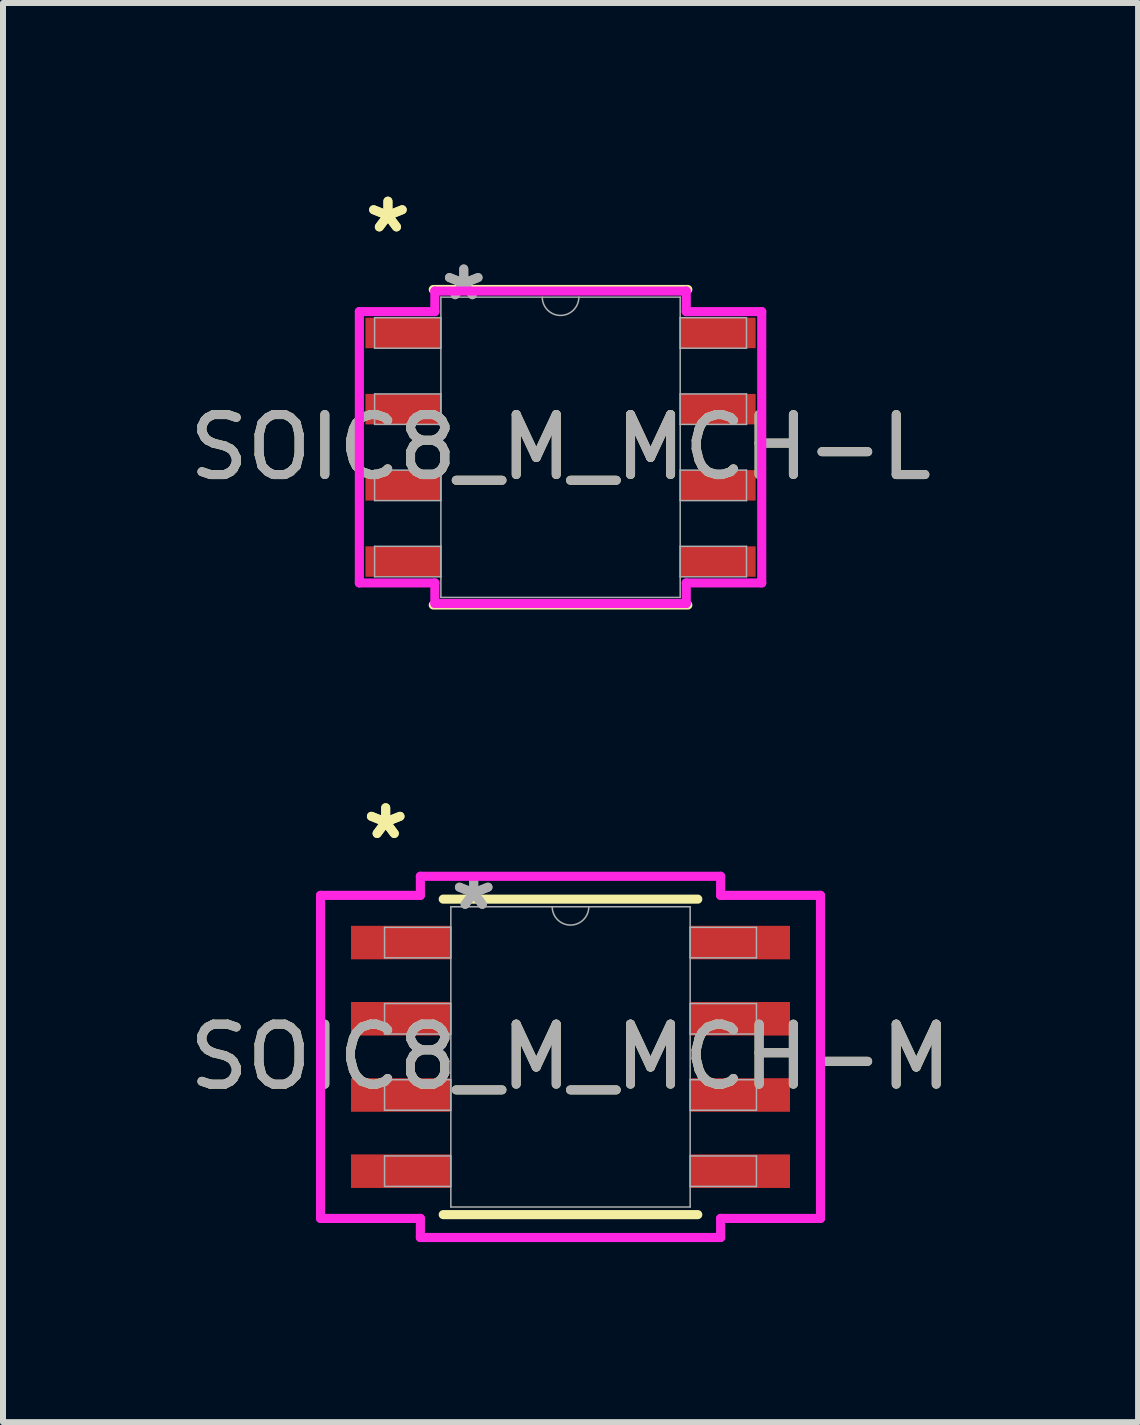
<source format=kicad_pcb>
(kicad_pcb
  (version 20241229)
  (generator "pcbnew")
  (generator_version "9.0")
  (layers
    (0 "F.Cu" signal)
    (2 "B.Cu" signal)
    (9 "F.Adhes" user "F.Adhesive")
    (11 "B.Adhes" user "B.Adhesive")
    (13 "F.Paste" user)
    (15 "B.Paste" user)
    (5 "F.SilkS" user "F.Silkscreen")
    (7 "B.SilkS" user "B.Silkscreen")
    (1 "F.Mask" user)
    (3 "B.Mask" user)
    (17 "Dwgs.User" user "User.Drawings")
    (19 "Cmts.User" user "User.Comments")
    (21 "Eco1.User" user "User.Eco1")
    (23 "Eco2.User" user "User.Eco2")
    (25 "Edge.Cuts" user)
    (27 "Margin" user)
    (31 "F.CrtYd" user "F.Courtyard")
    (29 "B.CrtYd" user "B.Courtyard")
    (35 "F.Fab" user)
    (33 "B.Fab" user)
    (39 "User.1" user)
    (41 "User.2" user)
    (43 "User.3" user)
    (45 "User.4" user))
  (footprint "SOIC8_M_MCH-M"
    (layer "F.Cu")
    (at 6.458 14.564)
    (property "Reference" "SOIC8_M_MCH-M" (at 0 0 0) (unlocked yes) (layer "F.SilkS") (effects (font (size 1 1) (thickness 0.15))))
    (attr smd)
    (fp_line (start -2.121 2.629) (end 2.121 2.629) (stroke (width 0.152) (type solid)) (layer "F.SilkS"))
    (fp_line (start 2.121 -2.629) (end -2.121 -2.629) (stroke (width 0.152) (type solid)) (layer "F.SilkS"))
    (fp_line (start -4.166 -2.692) (end -2.502 -2.692) (stroke (width 0.152) (type solid)) (layer "F.CrtYd"))
    (fp_line (start -4.166 2.692) (end -4.166 -2.692) (stroke (width 0.152) (type solid)) (layer "F.CrtYd"))
    (fp_line (start -4.166 2.692) (end -2.502 2.692) (stroke (width 0.152) (type solid)) (layer "F.CrtYd"))
    (fp_line (start -2.502 -3.01) (end 2.502 -3.01) (stroke (width 0.152) (type solid)) (layer "F.CrtYd"))
    (fp_line (start -2.502 -2.692) (end -2.502 -3.01) (stroke (width 0.152) (type solid)) (layer "F.CrtYd"))
    (fp_line (start -2.502 3.01) (end -2.502 2.692) (stroke (width 0.152) (type solid)) (layer "F.CrtYd"))
    (fp_line (start 2.502 -3.01) (end 2.502 -2.692) (stroke (width 0.152) (type solid)) (layer "F.CrtYd"))
    (fp_line (start 2.502 2.692) (end 2.502 3.01) (stroke (width 0.152) (type solid)) (layer "F.CrtYd"))
    (fp_line (start 2.502 3.01) (end -2.502 3.01) (stroke (width 0.152) (type solid)) (layer "F.CrtYd"))
    (fp_line (start 4.166 -2.692) (end 2.502 -2.692) (stroke (width 0.152) (type solid)) (layer "F.CrtYd"))
    (fp_line (start 4.166 -2.692) (end 4.166 2.692) (stroke (width 0.152) (type solid)) (layer "F.CrtYd"))
    (fp_line (start 4.166 2.692) (end 2.502 2.692) (stroke (width 0.152) (type solid)) (layer "F.CrtYd"))
    (fp_line (start -3.099 -2.159) (end -3.099 -1.651) (stroke (width 0.025) (type solid)) (layer "F.Fab"))
    (fp_line (start -3.099 -1.651) (end -1.994 -1.651) (stroke (width 0.025) (type solid)) (layer "F.Fab"))
    (fp_line (start -3.099 -0.889) (end -3.099 -0.381) (stroke (width 0.025) (type solid)) (layer "F.Fab"))
    (fp_line (start -3.099 -0.381) (end -1.994 -0.381) (stroke (width 0.025) (type solid)) (layer "F.Fab"))
    (fp_line (start -3.099 0.381) (end -3.099 0.889) (stroke (width 0.025) (type solid)) (layer "F.Fab"))
    (fp_line (start -3.099 0.889) (end -1.994 0.889) (stroke (width 0.025) (type solid)) (layer "F.Fab"))
    (fp_line (start -3.099 1.651) (end -3.099 2.159) (stroke (width 0.025) (type solid)) (layer "F.Fab"))
    (fp_line (start -3.099 2.159) (end -1.994 2.159) (stroke (width 0.025) (type solid)) (layer "F.Fab"))
    (fp_line (start -1.994 -2.502) (end -1.994 2.502) (stroke (width 0.025) (type solid)) (layer "F.Fab"))
    (fp_line (start -1.994 -2.159) (end -3.099 -2.159) (stroke (width 0.025) (type solid)) (layer "F.Fab"))
    (fp_line (start -1.994 -1.651) (end -1.994 -2.159) (stroke (width 0.025) (type solid)) (layer "F.Fab"))
    (fp_line (start -1.994 -0.889) (end -3.099 -0.889) (stroke (width 0.025) (type solid)) (layer "F.Fab"))
    (fp_line (start -1.994 -0.381) (end -1.994 -0.889) (stroke (width 0.025) (type solid)) (layer "F.Fab"))
    (fp_line (start -1.994 0.381) (end -3.099 0.381) (stroke (width 0.025) (type solid)) (layer "F.Fab"))
    (fp_line (start -1.994 0.889) (end -1.994 0.381) (stroke (width 0.025) (type solid)) (layer "F.Fab"))
    (fp_line (start -1.994 1.651) (end -3.099 1.651) (stroke (width 0.025) (type solid)) (layer "F.Fab"))
    (fp_line (start -1.994 2.159) (end -1.994 1.651) (stroke (width 0.025) (type solid)) (layer "F.Fab"))
    (fp_line (start -1.994 2.502) (end 1.994 2.502) (stroke (width 0.025) (type solid)) (layer "F.Fab"))
    (fp_line (start 1.994 -2.502) (end -1.994 -2.502) (stroke (width 0.025) (type solid)) (layer "F.Fab"))
    (fp_line (start 1.994 -2.159) (end 1.994 -1.651) (stroke (width 0.025) (type solid)) (layer "F.Fab"))
    (fp_line (start 1.994 -1.651) (end 3.099 -1.651) (stroke (width 0.025) (type solid)) (layer "F.Fab"))
    (fp_line (start 1.994 -0.889) (end 1.994 -0.381) (stroke (width 0.025) (type solid)) (layer "F.Fab"))
    (fp_line (start 1.994 -0.381) (end 3.099 -0.381) (stroke (width 0.025) (type solid)) (layer "F.Fab"))
    (fp_line (start 1.994 0.381) (end 1.994 0.889) (stroke (width 0.025) (type solid)) (layer "F.Fab"))
    (fp_line (start 1.994 0.889) (end 3.099 0.889) (stroke (width 0.025) (type solid)) (layer "F.Fab"))
    (fp_line (start 1.994 1.651) (end 1.994 2.159) (stroke (width 0.025) (type solid)) (layer "F.Fab"))
    (fp_line (start 1.994 2.159) (end 3.099 2.159) (stroke (width 0.025) (type solid)) (layer "F.Fab"))
    (fp_line (start 1.994 2.502) (end 1.994 -2.502) (stroke (width 0.025) (type solid)) (layer "F.Fab"))
    (fp_line (start 3.099 -2.159) (end 1.994 -2.159) (stroke (width 0.025) (type solid)) (layer "F.Fab"))
    (fp_line (start 3.099 -1.651) (end 3.099 -2.159) (stroke (width 0.025) (type solid)) (layer "F.Fab"))
    (fp_line (start 3.099 -0.889) (end 1.994 -0.889) (stroke (width 0.025) (type solid)) (layer "F.Fab"))
    (fp_line (start 3.099 -0.381) (end 3.099 -0.889) (stroke (width 0.025) (type solid)) (layer "F.Fab"))
    (fp_line (start 3.099 0.381) (end 1.994 0.381) (stroke (width 0.025) (type solid)) (layer "F.Fab"))
    (fp_line (start 3.099 0.889) (end 3.099 0.381) (stroke (width 0.025) (type solid)) (layer "F.Fab"))
    (fp_line (start 3.099 1.651) (end 1.994 1.651) (stroke (width 0.025) (type solid)) (layer "F.Fab"))
    (fp_line (start 3.099 2.159) (end 3.099 1.651) (stroke (width 0.025) (type solid)) (layer "F.Fab"))
    (fp_arc (start 0.3048 -2.5019) (mid 0 -2.1971) (end -0.3048 -2.5019) (stroke (width 0.0254) (type solid)) (layer "F.Fab"))
    (fp_text user "*" (at -3.08 -3.607 0) (unlocked yes) (layer "F.SilkS") (effects (font (size 1 1) (thickness 0.15))))
    (fp_text user "*" (at -3.08 -3.607 0) (layer "F.SilkS") (effects (font (size 1 1) (thickness 0.15))))
    (fp_text user "${REFERENCE}" (at 0 0 0) (unlocked yes) (layer "F.Fab") (effects (font (size 1 1) (thickness 0.15))))
    (fp_text user "*" (at -1.613 -2.426 0) (layer "F.Fab") (effects (font (size 1 1) (thickness 0.15))))
    (fp_text user "*" (at -1.613 -2.426 0) (unlocked yes) (layer "F.Fab") (effects (font (size 1 1) (thickness 0.15))))
    (pad "1" smd rect (at -2.826 -1.905) (size 1.664 0.559) (layers "F.Cu" "F.Mask" "F.Paste"))
    (pad "2" smd rect (at -2.826 -0.635) (size 1.664 0.559) (layers "F.Cu" "F.Mask" "F.Paste"))
    (pad "3" smd rect (at -2.826 0.635) (size 1.664 0.559) (layers "F.Cu" "F.Mask" "F.Paste"))
    (pad "4" smd rect (at -2.826 1.905) (size 1.664 0.559) (layers "F.Cu" "F.Mask" "F.Paste"))
    (pad "5" smd rect (at 2.826 1.905) (size 1.664 0.559) (layers "F.Cu" "F.Mask" "F.Paste"))
    (pad "6" smd rect (at 2.826 0.635) (size 1.664 0.559) (layers "F.Cu" "F.Mask" "F.Paste"))
    (pad "7" smd rect (at 2.826 -0.635) (size 1.664 0.559) (layers "F.Cu" "F.Mask" "F.Paste"))
    (pad "8" smd rect (at 2.826 -1.905) (size 1.664 0.559) (layers "F.Cu" "F.Mask" "F.Paste")))
  (footprint "SOIC8_M_MCH-L"
    (layer "F.Cu")
    (at 6.292 4.404)
    (property "Reference" "SOIC8_M_MCH-L" (at 0 0 0) (unlocked yes) (layer "F.SilkS") (effects (font (size 1 1) (thickness 0.15))))
    (attr smd)
    (fp_line (start -2.121 2.629) (end 2.121 2.629) (stroke (width 0.152) (type solid)) (layer "F.SilkS"))
    (fp_line (start 2.121 -2.629) (end -2.121 -2.629) (stroke (width 0.152) (type solid)) (layer "F.SilkS"))
    (fp_line (start -3.353 -2.261) (end -2.095 -2.261) (stroke (width 0.152) (type solid)) (layer "F.CrtYd"))
    (fp_line (start -3.353 2.261) (end -3.353 -2.261) (stroke (width 0.152) (type solid)) (layer "F.CrtYd"))
    (fp_line (start -3.353 2.261) (end -2.095 2.261) (stroke (width 0.152) (type solid)) (layer "F.CrtYd"))
    (fp_line (start -2.095 -2.603) (end 2.095 -2.603) (stroke (width 0.152) (type solid)) (layer "F.CrtYd"))
    (fp_line (start -2.095 -2.261) (end -2.095 -2.603) (stroke (width 0.152) (type solid)) (layer "F.CrtYd"))
    (fp_line (start -2.095 2.603) (end -2.095 2.261) (stroke (width 0.152) (type solid)) (layer "F.CrtYd"))
    (fp_line (start 2.095 -2.603) (end 2.095 -2.261) (stroke (width 0.152) (type solid)) (layer "F.CrtYd"))
    (fp_line (start 2.095 2.261) (end 2.095 2.603) (stroke (width 0.152) (type solid)) (layer "F.CrtYd"))
    (fp_line (start 2.095 2.603) (end -2.095 2.603) (stroke (width 0.152) (type solid)) (layer "F.CrtYd"))
    (fp_line (start 3.353 -2.261) (end 2.095 -2.261) (stroke (width 0.152) (type solid)) (layer "F.CrtYd"))
    (fp_line (start 3.353 -2.261) (end 3.353 2.261) (stroke (width 0.152) (type solid)) (layer "F.CrtYd"))
    (fp_line (start 3.353 2.261) (end 2.095 2.261) (stroke (width 0.152) (type solid)) (layer "F.CrtYd"))
    (fp_line (start -3.099 -2.159) (end -3.099 -1.651) (stroke (width 0.025) (type solid)) (layer "F.Fab"))
    (fp_line (start -3.099 -1.651) (end -1.994 -1.651) (stroke (width 0.025) (type solid)) (layer "F.Fab"))
    (fp_line (start -3.099 -0.889) (end -3.099 -0.381) (stroke (width 0.025) (type solid)) (layer "F.Fab"))
    (fp_line (start -3.099 -0.381) (end -1.994 -0.381) (stroke (width 0.025) (type solid)) (layer "F.Fab"))
    (fp_line (start -3.099 0.381) (end -3.099 0.889) (stroke (width 0.025) (type solid)) (layer "F.Fab"))
    (fp_line (start -3.099 0.889) (end -1.994 0.889) (stroke (width 0.025) (type solid)) (layer "F.Fab"))
    (fp_line (start -3.099 1.651) (end -3.099 2.159) (stroke (width 0.025) (type solid)) (layer "F.Fab"))
    (fp_line (start -3.099 2.159) (end -1.994 2.159) (stroke (width 0.025) (type solid)) (layer "F.Fab"))
    (fp_line (start -1.994 -2.502) (end -1.994 2.502) (stroke (width 0.025) (type solid)) (layer "F.Fab"))
    (fp_line (start -1.994 -2.159) (end -3.099 -2.159) (stroke (width 0.025) (type solid)) (layer "F.Fab"))
    (fp_line (start -1.994 -1.651) (end -1.994 -2.159) (stroke (width 0.025) (type solid)) (layer "F.Fab"))
    (fp_line (start -1.994 -0.889) (end -3.099 -0.889) (stroke (width 0.025) (type solid)) (layer "F.Fab"))
    (fp_line (start -1.994 -0.381) (end -1.994 -0.889) (stroke (width 0.025) (type solid)) (layer "F.Fab"))
    (fp_line (start -1.994 0.381) (end -3.099 0.381) (stroke (width 0.025) (type solid)) (layer "F.Fab"))
    (fp_line (start -1.994 0.889) (end -1.994 0.381) (stroke (width 0.025) (type solid)) (layer "F.Fab"))
    (fp_line (start -1.994 1.651) (end -3.099 1.651) (stroke (width 0.025) (type solid)) (layer "F.Fab"))
    (fp_line (start -1.994 2.159) (end -1.994 1.651) (stroke (width 0.025) (type solid)) (layer "F.Fab"))
    (fp_line (start -1.994 2.502) (end 1.994 2.502) (stroke (width 0.025) (type solid)) (layer "F.Fab"))
    (fp_line (start 1.994 -2.502) (end -1.994 -2.502) (stroke (width 0.025) (type solid)) (layer "F.Fab"))
    (fp_line (start 1.994 -2.159) (end 1.994 -1.651) (stroke (width 0.025) (type solid)) (layer "F.Fab"))
    (fp_line (start 1.994 -1.651) (end 3.099 -1.651) (stroke (width 0.025) (type solid)) (layer "F.Fab"))
    (fp_line (start 1.994 -0.889) (end 1.994 -0.381) (stroke (width 0.025) (type solid)) (layer "F.Fab"))
    (fp_line (start 1.994 -0.381) (end 3.099 -0.381) (stroke (width 0.025) (type solid)) (layer "F.Fab"))
    (fp_line (start 1.994 0.381) (end 1.994 0.889) (stroke (width 0.025) (type solid)) (layer "F.Fab"))
    (fp_line (start 1.994 0.889) (end 3.099 0.889) (stroke (width 0.025) (type solid)) (layer "F.Fab"))
    (fp_line (start 1.994 1.651) (end 1.994 2.159) (stroke (width 0.025) (type solid)) (layer "F.Fab"))
    (fp_line (start 1.994 2.159) (end 3.099 2.159) (stroke (width 0.025) (type solid)) (layer "F.Fab"))
    (fp_line (start 1.994 2.502) (end 1.994 -2.502) (stroke (width 0.025) (type solid)) (layer "F.Fab"))
    (fp_line (start 3.099 -2.159) (end 1.994 -2.159) (stroke (width 0.025) (type solid)) (layer "F.Fab"))
    (fp_line (start 3.099 -1.651) (end 3.099 -2.159) (stroke (width 0.025) (type solid)) (layer "F.Fab"))
    (fp_line (start 3.099 -0.889) (end 1.994 -0.889) (stroke (width 0.025) (type solid)) (layer "F.Fab"))
    (fp_line (start 3.099 -0.381) (end 3.099 -0.889) (stroke (width 0.025) (type solid)) (layer "F.Fab"))
    (fp_line (start 3.099 0.381) (end 1.994 0.381) (stroke (width 0.025) (type solid)) (layer "F.Fab"))
    (fp_line (start 3.099 0.889) (end 3.099 0.381) (stroke (width 0.025) (type solid)) (layer "F.Fab"))
    (fp_line (start 3.099 1.651) (end 1.994 1.651) (stroke (width 0.025) (type solid)) (layer "F.Fab"))
    (fp_line (start 3.099 2.159) (end 3.099 1.651) (stroke (width 0.025) (type solid)) (layer "F.Fab"))
    (fp_arc (start 0.3048 -2.5019) (mid 0 -2.1971) (end -0.3048 -2.5019) (stroke (width 0.0254) (type solid)) (layer "F.Fab"))
    (fp_text user "*" (at -2.877 -3.556 0) (layer "F.SilkS") (effects (font (size 1 1) (thickness 0.15))))
    (fp_text user "*" (at -2.877 -3.556 0) (unlocked yes) (layer "F.SilkS") (effects (font (size 1 1) (thickness 0.15))))
    (fp_text user "*" (at -1.613 -2.426 0) (layer "F.Fab") (effects (font (size 1 1) (thickness 0.15))))
    (fp_text user "*" (at -1.613 -2.426 0) (unlocked yes) (layer "F.Fab") (effects (font (size 1 1) (thickness 0.15))))
    (fp_text user "${REFERENCE}" (at 0 0 0) (unlocked yes) (layer "F.Fab") (effects (font (size 1 1) (thickness 0.15))))
    (pad "1" smd rect (at -2.623 -1.905) (size 1.257 0.508) (layers "F.Cu" "F.Mask" "F.Paste"))
    (pad "2" smd rect (at -2.623 -0.635) (size 1.257 0.508) (layers "F.Cu" "F.Mask" "F.Paste"))
    (pad "3" smd rect (at -2.623 0.635) (size 1.257 0.508) (layers "F.Cu" "F.Mask" "F.Paste"))
    (pad "4" smd rect (at -2.623 1.905) (size 1.257 0.508) (layers "F.Cu" "F.Mask" "F.Paste"))
    (pad "5" smd rect (at 2.623 1.905) (size 1.257 0.508) (layers "F.Cu" "F.Mask" "F.Paste"))
    (pad "6" smd rect (at 2.623 0.635) (size 1.257 0.508) (layers "F.Cu" "F.Mask" "F.Paste"))
    (pad "7" smd rect (at 2.623 -0.635) (size 1.257 0.508) (layers "F.Cu" "F.Mask" "F.Paste"))
    (pad "8" smd rect (at 2.623 -1.905) (size 1.257 0.508) (layers "F.Cu" "F.Mask" "F.Paste")))
  (gr_rect
    (start -3 -3)
    (end 15.917 20.651)
    (stroke (width 0.1) (type default))
    (fill no)
    (layer "Edge.Cuts")))
</source>
